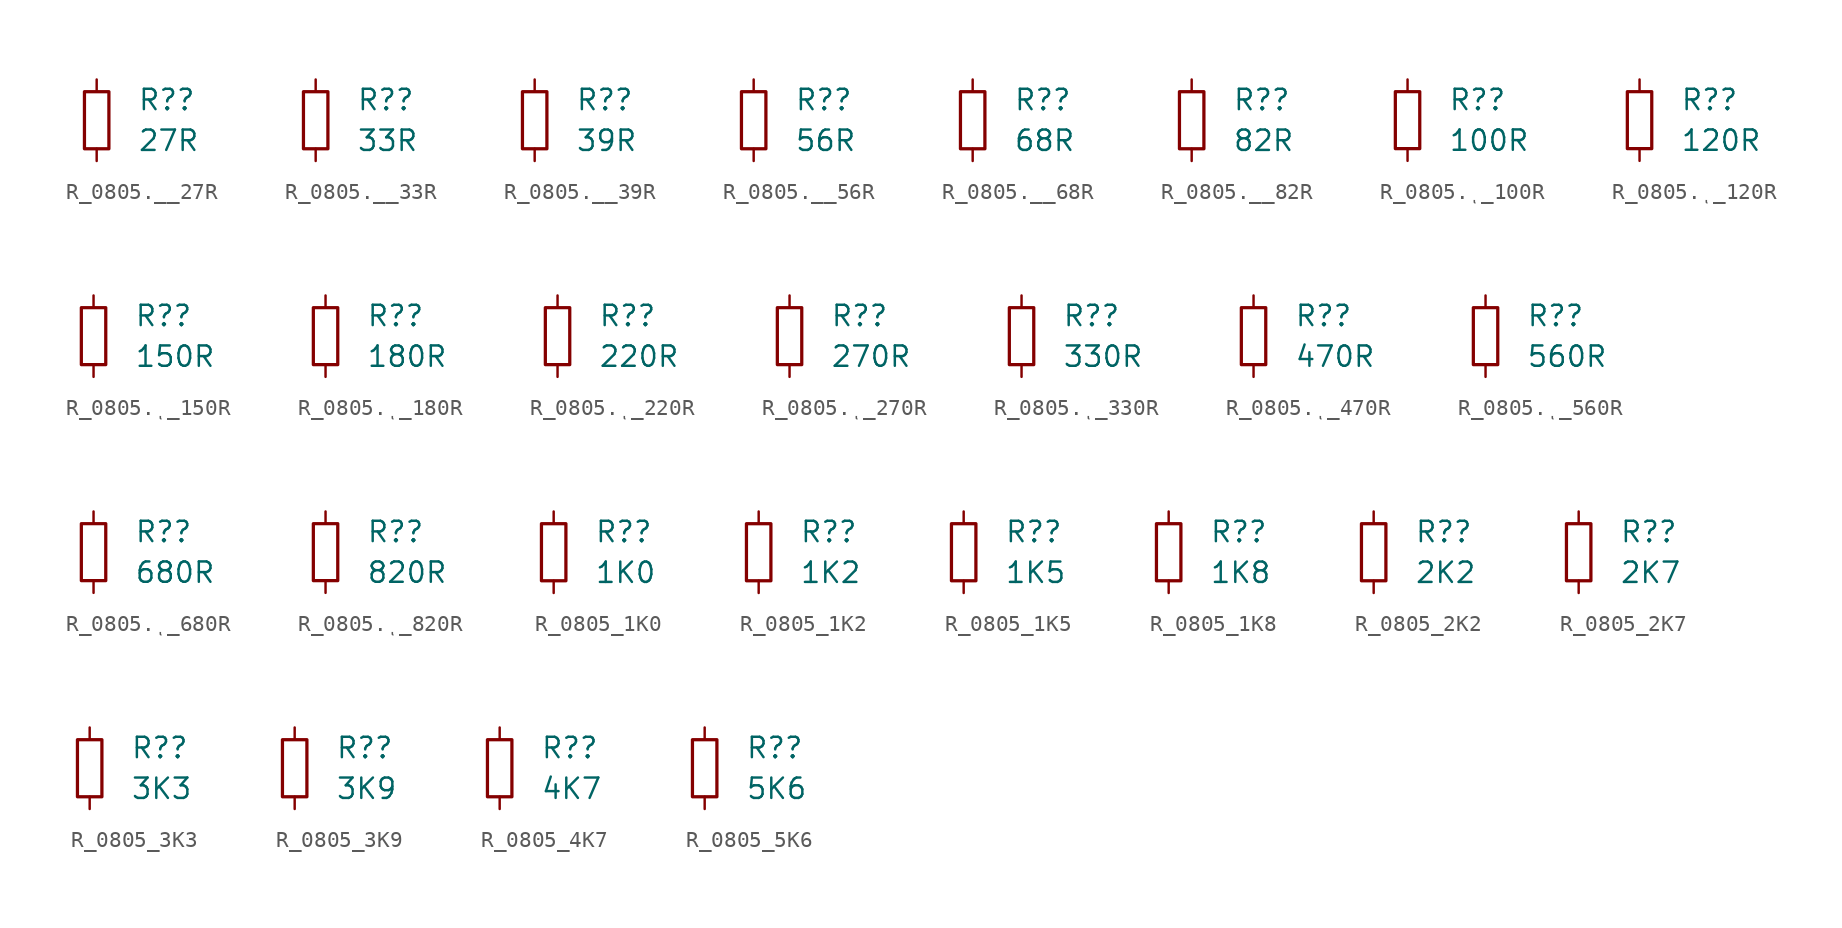
<source format=kicad_sym>
(kicad_symbol_lib
  (version 20231120)
  (generator "kicad_symbol_editor")
  (generator_version "8.0")
  (symbol "R_0805.__27R"
    (pin_numbers hide)
    (pin_names
      (offset 0.254) hide)
    (property "Reference" "R?"
      (at 2.54 1.27 0)
      (effects (font (size 1.27 1.27)) (justify left)))
    (property "Value" "27R"
      (at 2.54 -1.27 0)
      (effects (font (size 1.27 1.27)) (justify left)))
    (symbol "R_0805.__27R_0_1"
      (rectangle (start -0.762 1.778) (end 0.762 -1.778) (stroke (width 0.203) (type default)) (fill (type none))))
    (symbol "R_0805.__27R_1_1"
      (pin passive line (at 0 2.54 270) (length 0.762) (name "~" (effects (font (size 1.27 1.27)))) (number "1" (effects (font (size 1.27 1.27)))))
      (pin passive line (at 0 -2.54 90) (length 0.762) (name "~" (effects (font (size 1.27 1.27)))) (number "2" (effects (font (size 1.27 1.27)))))))
  (symbol "R_0805.__33R"
    (pin_numbers hide)
    (pin_names
      (offset 0.254) hide)
    (property "Reference" "R?"
      (at 2.54 1.27 0)
      (effects (font (size 1.27 1.27)) (justify left)))
    (property "Value" "33R"
      (at 2.54 -1.27 0)
      (effects (font (size 1.27 1.27)) (justify left)))
    (symbol "R_0805.__33R_0_1"
      (rectangle (start -0.762 1.778) (end 0.762 -1.778) (stroke (width 0.203) (type default)) (fill (type none))))
    (symbol "R_0805.__33R_1_1"
      (pin passive line (at 0 2.54 270) (length 0.762) (name "~" (effects (font (size 1.27 1.27)))) (number "1" (effects (font (size 1.27 1.27)))))
      (pin passive line (at 0 -2.54 90) (length 0.762) (name "~" (effects (font (size 1.27 1.27)))) (number "2" (effects (font (size 1.27 1.27)))))))
  (symbol "R_0805.__39R"
    (pin_numbers hide)
    (pin_names
      (offset 0.254) hide)
    (property "Reference" "R?"
      (at 2.54 1.27 0)
      (effects (font (size 1.27 1.27)) (justify left)))
    (property "Value" "39R"
      (at 2.54 -1.27 0)
      (effects (font (size 1.27 1.27)) (justify left)))
    (symbol "R_0805.__39R_0_1"
      (rectangle (start -0.762 1.778) (end 0.762 -1.778) (stroke (width 0.203) (type default)) (fill (type none))))
    (symbol "R_0805.__39R_1_1"
      (pin passive line (at 0 2.54 270) (length 0.762) (name "~" (effects (font (size 1.27 1.27)))) (number "1" (effects (font (size 1.27 1.27)))))
      (pin passive line (at 0 -2.54 90) (length 0.762) (name "~" (effects (font (size 1.27 1.27)))) (number "2" (effects (font (size 1.27 1.27)))))))
  (symbol "R_0805.__56R"
    (pin_numbers hide)
    (pin_names
      (offset 0.254) hide)
    (property "Reference" "R?"
      (at 2.54 1.27 0)
      (effects (font (size 1.27 1.27)) (justify left)))
    (property "Value" "56R"
      (at 2.54 -1.27 0)
      (effects (font (size 1.27 1.27)) (justify left)))
    (symbol "R_0805.__56R_0_1"
      (rectangle (start -0.762 1.778) (end 0.762 -1.778) (stroke (width 0.203) (type default)) (fill (type none))))
    (symbol "R_0805.__56R_1_1"
      (pin passive line (at 0 2.54 270) (length 0.762) (name "~" (effects (font (size 1.27 1.27)))) (number "1" (effects (font (size 1.27 1.27)))))
      (pin passive line (at 0 -2.54 90) (length 0.762) (name "~" (effects (font (size 1.27 1.27)))) (number "2" (effects (font (size 1.27 1.27)))))))
  (symbol "R_0805.__68R"
    (pin_numbers hide)
    (pin_names
      (offset 0.254) hide)
    (property "Reference" "R?"
      (at 2.54 1.27 0)
      (effects (font (size 1.27 1.27)) (justify left)))
    (property "Value" "68R"
      (at 2.54 -1.27 0)
      (effects (font (size 1.27 1.27)) (justify left)))
    (symbol "R_0805.__68R_0_1"
      (rectangle (start -0.762 1.778) (end 0.762 -1.778) (stroke (width 0.203) (type default)) (fill (type none))))
    (symbol "R_0805.__68R_1_1"
      (pin passive line (at 0 2.54 270) (length 0.762) (name "~" (effects (font (size 1.27 1.27)))) (number "1" (effects (font (size 1.27 1.27)))))
      (pin passive line (at 0 -2.54 90) (length 0.762) (name "~" (effects (font (size 1.27 1.27)))) (number "2" (effects (font (size 1.27 1.27)))))))
  (symbol "R_0805.__82R"
    (pin_numbers hide)
    (pin_names
      (offset 0.254) hide)
    (property "Reference" "R?"
      (at 2.54 1.27 0)
      (effects (font (size 1.27 1.27)) (justify left)))
    (property "Value" "82R"
      (at 2.54 -1.27 0)
      (effects (font (size 1.27 1.27)) (justify left)))
    (symbol "R_0805.__82R_0_1"
      (rectangle (start -0.762 1.778) (end 0.762 -1.778) (stroke (width 0.203) (type default)) (fill (type none))))
    (symbol "R_0805.__82R_1_1"
      (pin passive line (at 0 2.54 270) (length 0.762) (name "~" (effects (font (size 1.27 1.27)))) (number "1" (effects (font (size 1.27 1.27)))))
      (pin passive line (at 0 -2.54 90) (length 0.762) (name "~" (effects (font (size 1.27 1.27)))) (number "2" (effects (font (size 1.27 1.27)))))))
  (symbol "R_0805.ͺ_100R"
    (pin_numbers hide)
    (pin_names
      (offset 0.254) hide)
    (property "Reference" "R?"
      (at 2.54 1.27 0)
      (effects (font (size 1.27 1.27)) (justify left)))
    (property "Value" "100R"
      (at 2.54 -1.27 0)
      (effects (font (size 1.27 1.27)) (justify left)))
    (symbol "R_0805.ͺ_100R_0_1"
      (rectangle (start -0.762 1.778) (end 0.762 -1.778) (stroke (width 0.203) (type default)) (fill (type none))))
    (symbol "R_0805.ͺ_100R_1_1"
      (pin passive line (at 0 2.54 270) (length 0.762) (name "~" (effects (font (size 1.27 1.27)))) (number "1" (effects (font (size 1.27 1.27)))))
      (pin passive line (at 0 -2.54 90) (length 0.762) (name "~" (effects (font (size 1.27 1.27)))) (number "2" (effects (font (size 1.27 1.27)))))))
  (symbol "R_0805.ͺ_120R"
    (pin_numbers hide)
    (pin_names
      (offset 0.254) hide)
    (property "Reference" "R?"
      (at 2.54 1.27 0)
      (effects (font (size 1.27 1.27)) (justify left)))
    (property "Value" "120R"
      (at 2.54 -1.27 0)
      (effects (font (size 1.27 1.27)) (justify left)))
    (symbol "R_0805.ͺ_120R_0_1"
      (rectangle (start -0.762 1.778) (end 0.762 -1.778) (stroke (width 0.203) (type default)) (fill (type none))))
    (symbol "R_0805.ͺ_120R_1_1"
      (pin passive line (at 0 2.54 270) (length 0.762) (name "~" (effects (font (size 1.27 1.27)))) (number "1" (effects (font (size 1.27 1.27)))))
      (pin passive line (at 0 -2.54 90) (length 0.762) (name "~" (effects (font (size 1.27 1.27)))) (number "2" (effects (font (size 1.27 1.27)))))))
  (symbol "R_0805.ͺ_150R"
    (pin_numbers hide)
    (pin_names
      (offset 0.254) hide)
    (property "Reference" "R?"
      (at 2.54 1.27 0)
      (effects (font (size 1.27 1.27)) (justify left)))
    (property "Value" "150R"
      (at 2.54 -1.27 0)
      (effects (font (size 1.27 1.27)) (justify left)))
    (symbol "R_0805.ͺ_150R_0_1"
      (rectangle (start -0.762 1.778) (end 0.762 -1.778) (stroke (width 0.203) (type default)) (fill (type none))))
    (symbol "R_0805.ͺ_150R_1_1"
      (pin passive line (at 0 2.54 270) (length 0.762) (name "~" (effects (font (size 1.27 1.27)))) (number "1" (effects (font (size 1.27 1.27)))))
      (pin passive line (at 0 -2.54 90) (length 0.762) (name "~" (effects (font (size 1.27 1.27)))) (number "2" (effects (font (size 1.27 1.27)))))))
  (symbol "R_0805.ͺ_180R"
    (pin_numbers hide)
    (pin_names
      (offset 0.254) hide)
    (property "Reference" "R?"
      (at 2.54 1.27 0)
      (effects (font (size 1.27 1.27)) (justify left)))
    (property "Value" "180R"
      (at 2.54 -1.27 0)
      (effects (font (size 1.27 1.27)) (justify left)))
    (symbol "R_0805.ͺ_180R_0_1"
      (rectangle (start -0.762 1.778) (end 0.762 -1.778) (stroke (width 0.203) (type default)) (fill (type none))))
    (symbol "R_0805.ͺ_180R_1_1"
      (pin passive line (at 0 2.54 270) (length 0.762) (name "~" (effects (font (size 1.27 1.27)))) (number "1" (effects (font (size 1.27 1.27)))))
      (pin passive line (at 0 -2.54 90) (length 0.762) (name "~" (effects (font (size 1.27 1.27)))) (number "2" (effects (font (size 1.27 1.27)))))))
  (symbol "R_0805.ͺ_220R"
    (pin_numbers hide)
    (pin_names
      (offset 0.254) hide)
    (property "Reference" "R?"
      (at 2.54 1.27 0)
      (effects (font (size 1.27 1.27)) (justify left)))
    (property "Value" "220R"
      (at 2.54 -1.27 0)
      (effects (font (size 1.27 1.27)) (justify left)))
    (symbol "R_0805.ͺ_220R_0_1"
      (rectangle (start -0.762 1.778) (end 0.762 -1.778) (stroke (width 0.203) (type default)) (fill (type none))))
    (symbol "R_0805.ͺ_220R_1_1"
      (pin passive line (at 0 2.54 270) (length 0.762) (name "~" (effects (font (size 1.27 1.27)))) (number "1" (effects (font (size 1.27 1.27)))))
      (pin passive line (at 0 -2.54 90) (length 0.762) (name "~" (effects (font (size 1.27 1.27)))) (number "2" (effects (font (size 1.27 1.27)))))))
  (symbol "R_0805.ͺ_270R"
    (pin_numbers hide)
    (pin_names
      (offset 0.254) hide)
    (property "Reference" "R?"
      (at 2.54 1.27 0)
      (effects (font (size 1.27 1.27)) (justify left)))
    (property "Value" "270R"
      (at 2.54 -1.27 0)
      (effects (font (size 1.27 1.27)) (justify left)))
    (symbol "R_0805.ͺ_270R_0_1"
      (rectangle (start -0.762 1.778) (end 0.762 -1.778) (stroke (width 0.203) (type default)) (fill (type none))))
    (symbol "R_0805.ͺ_270R_1_1"
      (pin passive line (at 0 2.54 270) (length 0.762) (name "~" (effects (font (size 1.27 1.27)))) (number "1" (effects (font (size 1.27 1.27)))))
      (pin passive line (at 0 -2.54 90) (length 0.762) (name "~" (effects (font (size 1.27 1.27)))) (number "2" (effects (font (size 1.27 1.27)))))))
  (symbol "R_0805.ͺ_330R"
    (pin_numbers hide)
    (pin_names
      (offset 0.254) hide)
    (property "Reference" "R?"
      (at 2.54 1.27 0)
      (effects (font (size 1.27 1.27)) (justify left)))
    (property "Value" "330R"
      (at 2.54 -1.27 0)
      (effects (font (size 1.27 1.27)) (justify left)))
    (symbol "R_0805.ͺ_330R_0_1"
      (rectangle (start -0.762 1.778) (end 0.762 -1.778) (stroke (width 0.203) (type default)) (fill (type none))))
    (symbol "R_0805.ͺ_330R_1_1"
      (pin passive line (at 0 2.54 270) (length 0.762) (name "~" (effects (font (size 1.27 1.27)))) (number "1" (effects (font (size 1.27 1.27)))))
      (pin passive line (at 0 -2.54 90) (length 0.762) (name "~" (effects (font (size 1.27 1.27)))) (number "2" (effects (font (size 1.27 1.27)))))))
  (symbol "R_0805.ͺ_470R"
    (pin_numbers hide)
    (pin_names
      (offset 0.254) hide)
    (property "Reference" "R?"
      (at 2.54 1.27 0)
      (effects (font (size 1.27 1.27)) (justify left)))
    (property "Value" "470R"
      (at 2.54 -1.27 0)
      (effects (font (size 1.27 1.27)) (justify left)))
    (symbol "R_0805.ͺ_470R_0_1"
      (rectangle (start -0.762 1.778) (end 0.762 -1.778) (stroke (width 0.203) (type default)) (fill (type none))))
    (symbol "R_0805.ͺ_470R_1_1"
      (pin passive line (at 0 2.54 270) (length 0.762) (name "~" (effects (font (size 1.27 1.27)))) (number "1" (effects (font (size 1.27 1.27)))))
      (pin passive line (at 0 -2.54 90) (length 0.762) (name "~" (effects (font (size 1.27 1.27)))) (number "2" (effects (font (size 1.27 1.27)))))))
  (symbol "R_0805.ͺ_560R"
    (pin_numbers hide)
    (pin_names
      (offset 0.254) hide)
    (property "Reference" "R?"
      (at 2.54 1.27 0)
      (effects (font (size 1.27 1.27)) (justify left)))
    (property "Value" "560R"
      (at 2.54 -1.27 0)
      (effects (font (size 1.27 1.27)) (justify left)))
    (symbol "R_0805.ͺ_560R_0_1"
      (rectangle (start -0.762 1.778) (end 0.762 -1.778) (stroke (width 0.203) (type default)) (fill (type none))))
    (symbol "R_0805.ͺ_560R_1_1"
      (pin passive line (at 0 2.54 270) (length 0.762) (name "~" (effects (font (size 1.27 1.27)))) (number "1" (effects (font (size 1.27 1.27)))))
      (pin passive line (at 0 -2.54 90) (length 0.762) (name "~" (effects (font (size 1.27 1.27)))) (number "2" (effects (font (size 1.27 1.27)))))))
  (symbol "R_0805.ͺ_680R"
    (pin_numbers hide)
    (pin_names
      (offset 0.254) hide)
    (property "Reference" "R?"
      (at 2.54 1.27 0)
      (effects (font (size 1.27 1.27)) (justify left)))
    (property "Value" "680R"
      (at 2.54 -1.27 0)
      (effects (font (size 1.27 1.27)) (justify left)))
    (symbol "R_0805.ͺ_680R_0_1"
      (rectangle (start -0.762 1.778) (end 0.762 -1.778) (stroke (width 0.203) (type default)) (fill (type none))))
    (symbol "R_0805.ͺ_680R_1_1"
      (pin passive line (at 0 2.54 270) (length 0.762) (name "~" (effects (font (size 1.27 1.27)))) (number "1" (effects (font (size 1.27 1.27)))))
      (pin passive line (at 0 -2.54 90) (length 0.762) (name "~" (effects (font (size 1.27 1.27)))) (number "2" (effects (font (size 1.27 1.27)))))))
  (symbol "R_0805.ͺ_820R"
    (pin_numbers hide)
    (pin_names
      (offset 0.254) hide)
    (property "Reference" "R?"
      (at 2.54 1.27 0)
      (effects (font (size 1.27 1.27)) (justify left)))
    (property "Value" "820R"
      (at 2.54 -1.27 0)
      (effects (font (size 1.27 1.27)) (justify left)))
    (symbol "R_0805.ͺ_820R_0_1"
      (rectangle (start -0.762 1.778) (end 0.762 -1.778) (stroke (width 0.203) (type default)) (fill (type none))))
    (symbol "R_0805.ͺ_820R_1_1"
      (pin passive line (at 0 2.54 270) (length 0.762) (name "~" (effects (font (size 1.27 1.27)))) (number "1" (effects (font (size 1.27 1.27)))))
      (pin passive line (at 0 -2.54 90) (length 0.762) (name "~" (effects (font (size 1.27 1.27)))) (number "2" (effects (font (size 1.27 1.27)))))))
  (symbol "R_0805_1K0"
    (pin_numbers hide)
    (pin_names
      (offset 0.254) hide)
    (property "Reference" "R?"
      (at 2.54 1.27 0)
      (effects (font (size 1.27 1.27)) (justify left)))
    (property "Value" "1K0"
      (at 2.54 -1.27 0)
      (effects (font (size 1.27 1.27)) (justify left)))
    (symbol "R_0805_1K0_0_1"
      (rectangle (start -0.762 1.778) (end 0.762 -1.778) (stroke (width 0.203) (type default)) (fill (type none))))
    (symbol "R_0805_1K0_1_1"
      (pin passive line (at 0 2.54 270) (length 0.762) (name "~" (effects (font (size 1.27 1.27)))) (number "1" (effects (font (size 1.27 1.27)))))
      (pin passive line (at 0 -2.54 90) (length 0.762) (name "~" (effects (font (size 1.27 1.27)))) (number "2" (effects (font (size 1.27 1.27)))))))
  (symbol "R_0805_1K2"
    (pin_numbers hide)
    (pin_names
      (offset 0.254) hide)
    (property "Reference" "R?"
      (at 2.54 1.27 0)
      (effects (font (size 1.27 1.27)) (justify left)))
    (property "Value" "1K2"
      (at 2.54 -1.27 0)
      (effects (font (size 1.27 1.27)) (justify left)))
    (symbol "R_0805_1K2_0_1"
      (rectangle (start -0.762 1.778) (end 0.762 -1.778) (stroke (width 0.203) (type default)) (fill (type none))))
    (symbol "R_0805_1K2_1_1"
      (pin passive line (at 0 2.54 270) (length 0.762) (name "~" (effects (font (size 1.27 1.27)))) (number "1" (effects (font (size 1.27 1.27)))))
      (pin passive line (at 0 -2.54 90) (length 0.762) (name "~" (effects (font (size 1.27 1.27)))) (number "2" (effects (font (size 1.27 1.27)))))))
  (symbol "R_0805_1K5"
    (pin_numbers hide)
    (pin_names
      (offset 0.254) hide)
    (property "Reference" "R?"
      (at 2.54 1.27 0)
      (effects (font (size 1.27 1.27)) (justify left)))
    (property "Value" "1K5"
      (at 2.54 -1.27 0)
      (effects (font (size 1.27 1.27)) (justify left)))
    (symbol "R_0805_1K5_0_1"
      (rectangle (start -0.762 1.778) (end 0.762 -1.778) (stroke (width 0.203) (type default)) (fill (type none))))
    (symbol "R_0805_1K5_1_1"
      (pin passive line (at 0 2.54 270) (length 0.762) (name "~" (effects (font (size 1.27 1.27)))) (number "1" (effects (font (size 1.27 1.27)))))
      (pin passive line (at 0 -2.54 90) (length 0.762) (name "~" (effects (font (size 1.27 1.27)))) (number "2" (effects (font (size 1.27 1.27)))))))
  (symbol "R_0805_1K8"
    (pin_numbers hide)
    (pin_names
      (offset 0.254) hide)
    (property "Reference" "R?"
      (at 2.54 1.27 0)
      (effects (font (size 1.27 1.27)) (justify left)))
    (property "Value" "1K8"
      (at 2.54 -1.27 0)
      (effects (font (size 1.27 1.27)) (justify left)))
    (symbol "R_0805_1K8_0_1"
      (rectangle (start -0.762 1.778) (end 0.762 -1.778) (stroke (width 0.203) (type default)) (fill (type none))))
    (symbol "R_0805_1K8_1_1"
      (pin passive line (at 0 2.54 270) (length 0.762) (name "~" (effects (font (size 1.27 1.27)))) (number "1" (effects (font (size 1.27 1.27)))))
      (pin passive line (at 0 -2.54 90) (length 0.762) (name "~" (effects (font (size 1.27 1.27)))) (number "2" (effects (font (size 1.27 1.27)))))))
  (symbol "R_0805_2K2"
    (pin_numbers hide)
    (pin_names
      (offset 0.254) hide)
    (property "Reference" "R?"
      (at 2.54 1.27 0)
      (effects (font (size 1.27 1.27)) (justify left)))
    (property "Value" "2K2"
      (at 2.54 -1.27 0)
      (effects (font (size 1.27 1.27)) (justify left)))
    (symbol "R_0805_2K2_0_1"
      (rectangle (start -0.762 1.778) (end 0.762 -1.778) (stroke (width 0.203) (type default)) (fill (type none))))
    (symbol "R_0805_2K2_1_1"
      (pin passive line (at 0 2.54 270) (length 0.762) (name "~" (effects (font (size 1.27 1.27)))) (number "1" (effects (font (size 1.27 1.27)))))
      (pin passive line (at 0 -2.54 90) (length 0.762) (name "~" (effects (font (size 1.27 1.27)))) (number "2" (effects (font (size 1.27 1.27)))))))
  (symbol "R_0805_2K7"
    (pin_numbers hide)
    (pin_names
      (offset 0.254) hide)
    (property "Reference" "R?"
      (at 2.54 1.27 0)
      (effects (font (size 1.27 1.27)) (justify left)))
    (property "Value" "2K7"
      (at 2.54 -1.27 0)
      (effects (font (size 1.27 1.27)) (justify left)))
    (symbol "R_0805_2K7_0_1"
      (rectangle (start -0.762 1.778) (end 0.762 -1.778) (stroke (width 0.203) (type default)) (fill (type none))))
    (symbol "R_0805_2K7_1_1"
      (pin passive line (at 0 2.54 270) (length 0.762) (name "~" (effects (font (size 1.27 1.27)))) (number "1" (effects (font (size 1.27 1.27)))))
      (pin passive line (at 0 -2.54 90) (length 0.762) (name "~" (effects (font (size 1.27 1.27)))) (number "2" (effects (font (size 1.27 1.27)))))))
  (symbol "R_0805_3K3"
    (pin_numbers hide)
    (pin_names
      (offset 0.254) hide)
    (property "Reference" "R?"
      (at 2.54 1.27 0)
      (effects (font (size 1.27 1.27)) (justify left)))
    (property "Value" "3K3"
      (at 2.54 -1.27 0)
      (effects (font (size 1.27 1.27)) (justify left)))
    (symbol "R_0805_3K3_0_1"
      (rectangle (start -0.762 1.778) (end 0.762 -1.778) (stroke (width 0.203) (type default)) (fill (type none))))
    (symbol "R_0805_3K3_1_1"
      (pin passive line (at 0 2.54 270) (length 0.762) (name "~" (effects (font (size 1.27 1.27)))) (number "1" (effects (font (size 1.27 1.27)))))
      (pin passive line (at 0 -2.54 90) (length 0.762) (name "~" (effects (font (size 1.27 1.27)))) (number "2" (effects (font (size 1.27 1.27)))))))
  (symbol "R_0805_3K9"
    (pin_numbers hide)
    (pin_names
      (offset 0.254) hide)
    (property "Reference" "R?"
      (at 2.54 1.27 0)
      (effects (font (size 1.27 1.27)) (justify left)))
    (property "Value" "3K9"
      (at 2.54 -1.27 0)
      (effects (font (size 1.27 1.27)) (justify left)))
    (symbol "R_0805_3K9_0_1"
      (rectangle (start -0.762 1.778) (end 0.762 -1.778) (stroke (width 0.203) (type default)) (fill (type none))))
    (symbol "R_0805_3K9_1_1"
      (pin passive line (at 0 2.54 270) (length 0.762) (name "~" (effects (font (size 1.27 1.27)))) (number "1" (effects (font (size 1.27 1.27)))))
      (pin passive line (at 0 -2.54 90) (length 0.762) (name "~" (effects (font (size 1.27 1.27)))) (number "2" (effects (font (size 1.27 1.27)))))))
  (symbol "R_0805_4K7"
    (pin_numbers hide)
    (pin_names
      (offset 0.254) hide)
    (property "Reference" "R?"
      (at 2.54 1.27 0)
      (effects (font (size 1.27 1.27)) (justify left)))
    (property "Value" "4K7"
      (at 2.54 -1.27 0)
      (effects (font (size 1.27 1.27)) (justify left)))
    (symbol "R_0805_4K7_0_1"
      (rectangle (start -0.762 1.778) (end 0.762 -1.778) (stroke (width 0.203) (type default)) (fill (type none))))
    (symbol "R_0805_4K7_1_1"
      (pin passive line (at 0 2.54 270) (length 0.762) (name "~" (effects (font (size 1.27 1.27)))) (number "1" (effects (font (size 1.27 1.27)))))
      (pin passive line (at 0 -2.54 90) (length 0.762) (name "~" (effects (font (size 1.27 1.27)))) (number "2" (effects (font (size 1.27 1.27)))))))
  (symbol "R_0805_5K6"
    (pin_numbers hide)
    (pin_names
      (offset 0.254) hide)
    (property "Reference" "R?"
      (at 2.54 1.27 0)
      (effects (font (size 1.27 1.27)) (justify left)))
    (property "Value" "5K6"
      (at 2.54 -1.27 0)
      (effects (font (size 1.27 1.27)) (justify left)))
    (symbol "R_0805_5K6_0_1"
      (rectangle (start -0.762 1.778) (end 0.762 -1.778) (stroke (width 0.203) (type default)) (fill (type none))))
    (symbol "R_0805_5K6_1_1"
      (pin passive line (at 0 2.54 270) (length 0.762) (name "~" (effects (font (size 1.27 1.27)))) (number "1" (effects (font (size 1.27 1.27)))))
      (pin passive line (at 0 -2.54 90) (length 0.762) (name "~" (effects (font (size 1.27 1.27)))) (number "2" (effects (font (size 1.27 1.27))))))))
</source>
